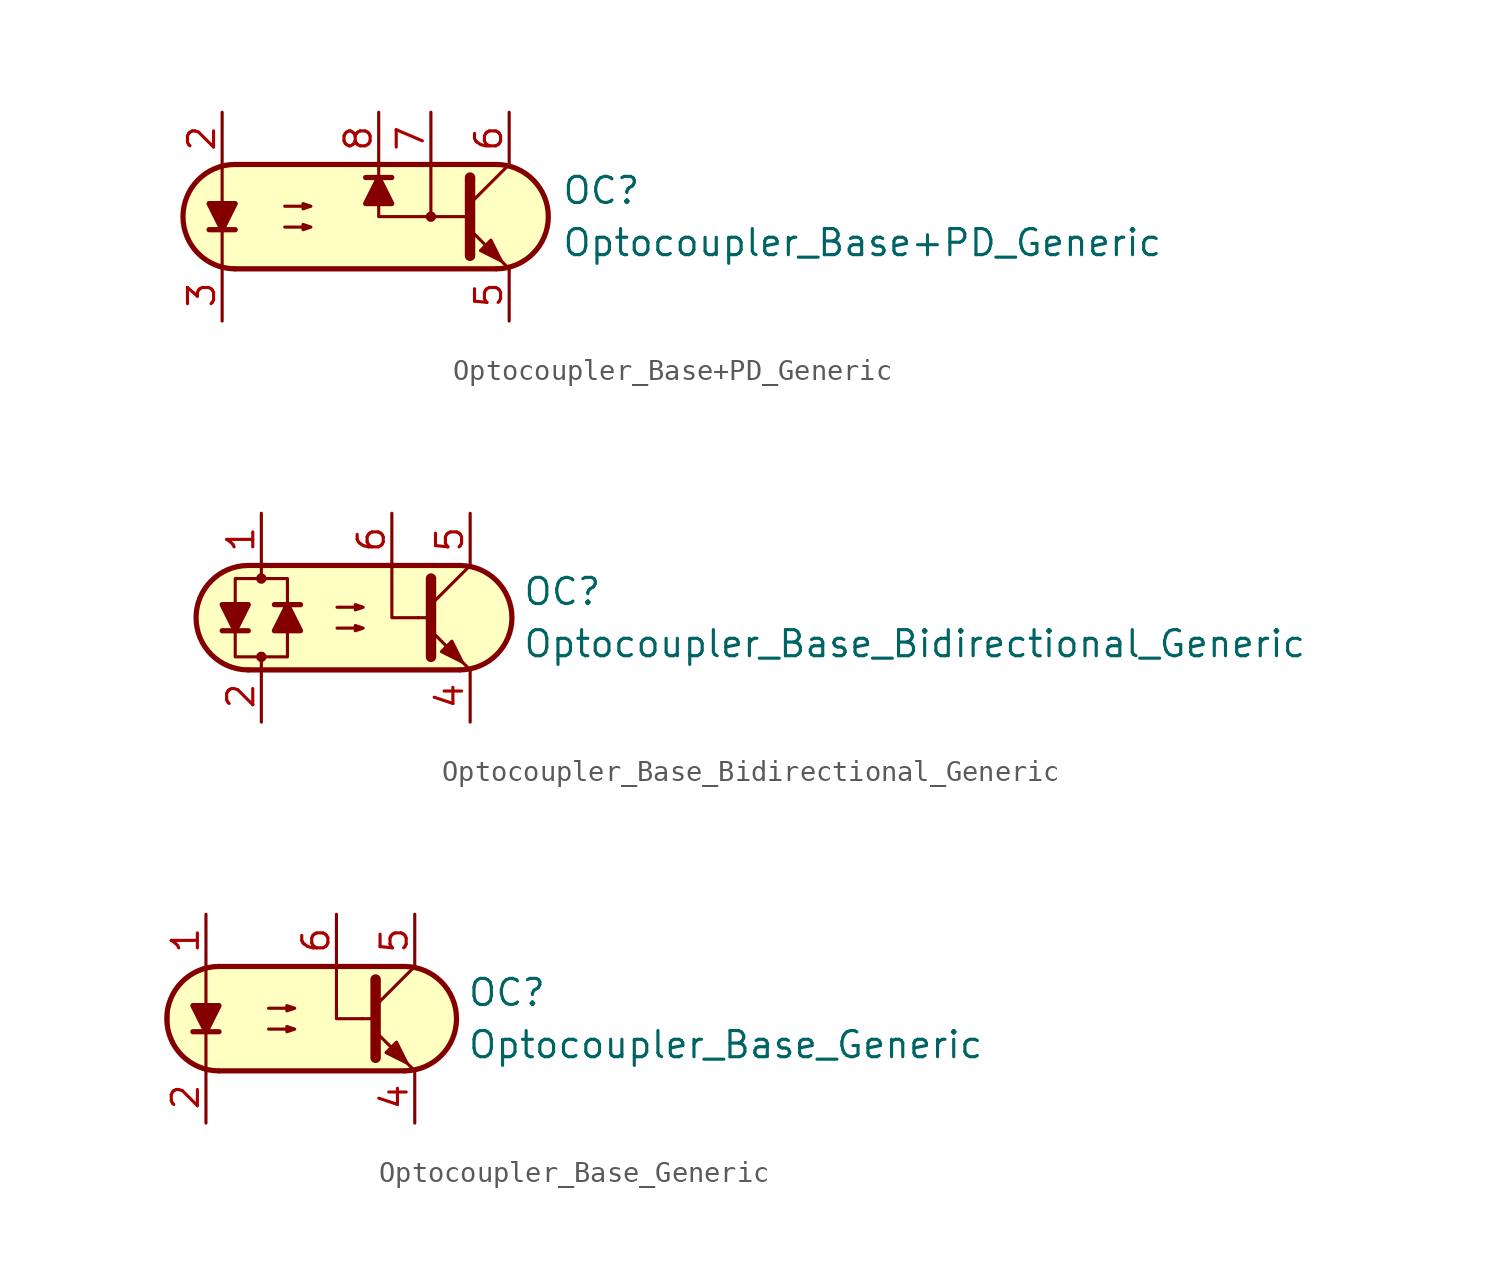
<source format=kicad_sym>
(kicad_symbol_lib
  (version 20211014)
  (generator kicad_symbol_editor)
  (symbol "Optocoupler_AKL:Optocoupler_Base+PD_Generic"
    (pin_names
      (offset 1.016))
    (property "Reference" "OC"
      (at 10.16 1.27 0)
      (effects (font (size 1.27 1.27)) (justify left)))
    (property "Value" "Optocoupler_Base+PD_Generic"
      (at 10.16 -1.27 0)
      (effects (font (size 1.27 1.27)) (justify left)))
    (symbol "Optocoupler_Base+PD_Generic_0_1"
      (arc (start -5.7375 2.54) (mid -8.2551 0) (end -5.7375 -2.54) (stroke (width 0.254) (type default) (color 0 0 0 0)) (fill (type none)))
      (polyline (pts (xy -6.985 -0.635) (xy -5.715 -0.635)) (stroke (width 0.254) (type default) (color 0 0 0 0)) (fill (type none)))
      (polyline (pts (xy -6.35 2.54) (xy -6.35 -2.54)) (stroke (width 0.152) (type default) (color 0 0 0 0)) (fill (type none)))
      (polyline (pts (xy -5.715 2.54) (xy 6.985 2.54)) (stroke (width 0.254) (type default) (color 0 0 0 0)) (fill (type none)))
      (polyline (pts (xy 3.81 2.54) (xy 3.81 0)) (stroke (width 0.152) (type default) (color 0 0 0 0)) (fill (type none)))
      (polyline (pts (xy 5.715 0.635) (xy 7.62 2.54)) (stroke (width 0) (type default) (color 0 0 0 0)) (fill (type none)))
      (polyline (pts (xy 6.985 -2.54) (xy -5.715 -2.54)) (stroke (width 0.254) (type default) (color 0 0 0 0)) (fill (type none)))
      (polyline (pts (xy 7.62 -2.54) (xy 5.715 -0.635)) (stroke (width 0) (type default) (color 0 0 0 0)) (fill (type outline)))
      (polyline (pts (xy 5.715 0) (xy 1.27 0) (xy 1.27 2.54)) (stroke (width 0.152) (type default) (color 0 0 0 0)) (fill (type none)))
      (polyline (pts (xy 5.715 1.905) (xy 5.715 -1.905) (xy 5.715 -1.905)) (stroke (width 0.508) (type default) (color 0 0 0 0)) (fill (type none)))
      (polyline (pts (xy -6.35 -0.635) (xy -6.985 0.635) (xy -5.715 0.635) (xy -6.35 -0.635)) (stroke (width 0.254) (type default) (color 0 0 0 0)) (fill (type outline)))
      (polyline (pts (xy -3.302 -0.508) (xy -2.032 -0.508) (xy -2.413 -0.635) (xy -2.413 -0.381) (xy -2.032 -0.508)) (stroke (width 0) (type default) (color 0 0 0 0)) (fill (type none)))
      (polyline (pts (xy -3.302 0.508) (xy -2.032 0.508) (xy -2.413 0.381) (xy -2.413 0.635) (xy -2.032 0.508)) (stroke (width 0) (type default) (color 0 0 0 0)) (fill (type none)))
      (polyline (pts (xy 6.223 -1.651) (xy 6.731 -1.143) (xy 7.239 -2.159) (xy 6.223 -1.651) (xy 6.223 -1.651)) (stroke (width 0) (type default) (color 0 0 0 0)) (fill (type outline)))
      (polyline (pts (xy -3.81 2.54) (xy 4.826 2.54) (xy 6.096 2.54) (xy 7.366 2.54) (xy 8.382 2.159) (xy 9.271 1.143) (xy 9.525 0.127) (xy 9.398 -0.762) (xy 9.017 -1.524) (xy 8.636 -1.905) (xy 8.128 -2.286) (xy 7.239 -2.54) (xy -6.223 -2.54) (xy -7.112 -2.159) (xy -7.874 -1.397) (xy -8.255 -0.508) (xy -8.255 0.508) (xy -7.747 1.524) (xy -7.112 2.159) (xy -6.223 2.54) (xy -5.334 2.54) (xy -4.826 2.54) (xy -3.81 2.54)) (stroke (width 0.01) (type default) (color 0 0 0 0)) (fill (type background)))
      (circle (center 3.81 0) (radius 0.178) (stroke (width 0)) (stroke (width 0) (type default) (color 0 0 0 0)) (fill (type outline)))
      (arc (start 7.0075 -2.54) (mid 9.5251 0) (end 7.0075 2.54) (stroke (width 0.254) (type default) (color 0 0 0 0)) (fill (type none))))
    (symbol "Optocoupler_Base+PD_Generic_1_1"
      (polyline (pts (xy 1.905 1.905) (xy 0.635 1.905)) (stroke (width 0.254) (type default) (color 0 0 0 0)) (fill (type none)))
      (polyline (pts (xy 1.27 1.905) (xy 1.905 0.635) (xy 0.635 0.635) (xy 1.27 1.905)) (stroke (width 0.254) (type default) (color 0 0 0 0)) (fill (type outline)))
      (pin passive line (at -6.35 5.08 270) (length 2.54) (name "~" (effects (font (size 1.27 1.27)))) (number "2" (effects (font (size 1.27 1.27)))))
      (pin passive line (at -6.35 -5.08 90) (length 2.54) (name "~" (effects (font (size 1.27 1.27)))) (number "3" (effects (font (size 1.27 1.27)))))
      (pin passive line (at 7.62 -5.08 90) (length 2.54) (name "~" (effects (font (size 1.27 1.27)))) (number "5" (effects (font (size 1.27 1.27)))))
      (pin passive line (at 7.62 5.08 270) (length 2.54) (name "~" (effects (font (size 1.27 1.27)))) (number "6" (effects (font (size 1.27 1.27)))))
      (pin passive line (at 3.81 5.08 270) (length 2.54) (name "~" (effects (font (size 1.27 1.27)))) (number "7" (effects (font (size 1.27 1.27)))))
      (pin passive line (at 1.27 5.08 270) (length 2.54) (name "~" (effects (font (size 1.27 1.27)))) (number "8" (effects (font (size 1.27 1.27)))))))
  (symbol "Optocoupler_AKL:Optocoupler_Base_Bidirectional_Generic"
    (pin_names
      (offset 1.016))
    (property "Reference" "OC"
      (at 7.62 1.27 0)
      (effects (font (size 1.27 1.27)) (justify left)))
    (property "Value" "Optocoupler_Base_Bidirectional_Generic"
      (at 7.62 -1.27 0)
      (effects (font (size 1.27 1.27)) (justify left)))
    (symbol "Optocoupler_Base_Bidirectional_Generic_0_1"
      (arc (start -5.7375 2.54) (mid -8.2551 0) (end -5.7375 -2.54) (stroke (width 0.254) (type default) (color 0 0 0 0)) (fill (type none)))
      (circle (center -5.08 -1.905) (radius 0.178) (stroke (width 0)) (stroke (width 0) (type default) (color 0 0 0 0)) (fill (type outline)))
      (circle (center -5.08 1.905) (radius 0.178) (stroke (width 0)) (stroke (width 0) (type default) (color 0 0 0 0)) (fill (type outline)))
      (polyline (pts (xy -6.985 -0.635) (xy -5.715 -0.635)) (stroke (width 0.254) (type default) (color 0 0 0 0)) (fill (type none)))
      (polyline (pts (xy -5.715 2.54) (xy 4.572 2.54)) (stroke (width 0.254) (type default) (color 0 0 0 0)) (fill (type none)))
      (polyline (pts (xy -5.08 1.905) (xy -5.08 2.54)) (stroke (width 0.152) (type default) (color 0 0 0 0)) (fill (type none)))
      (polyline (pts (xy 2.54 0) (xy 3.048 0)) (stroke (width 0.152) (type default) (color 0 0 0 0)) (fill (type none)))
      (polyline (pts (xy 3.175 0.635) (xy 5.08 2.54)) (stroke (width 0) (type default) (color 0 0 0 0)) (fill (type none)))
      (polyline (pts (xy 4.572 -2.54) (xy -5.715 -2.54)) (stroke (width 0.254) (type default) (color 0 0 0 0)) (fill (type none)))
      (polyline (pts (xy 5.08 -2.54) (xy 3.175 -0.635)) (stroke (width 0) (type default) (color 0 0 0 0)) (fill (type outline)))
      (polyline (pts (xy 2.54 0) (xy 1.27 0) (xy 1.27 2.54)) (stroke (width 0.152) (type default) (color 0 0 0 0)) (fill (type none)))
      (polyline (pts (xy 3.175 1.905) (xy 3.175 -1.905) (xy 3.175 -1.905)) (stroke (width 0.508) (type default) (color 0 0 0 0)) (fill (type none)))
      (polyline (pts (xy -6.35 -0.635) (xy -6.985 0.635) (xy -5.715 0.635) (xy -6.35 -0.635)) (stroke (width 0.254) (type default) (color 0 0 0 0)) (fill (type outline)))
      (polyline (pts (xy -1.397 -0.508) (xy -0.127 -0.508) (xy -0.508 -0.635) (xy -0.508 -0.381) (xy -0.127 -0.508)) (stroke (width 0) (type default) (color 0 0 0 0)) (fill (type none)))
      (polyline (pts (xy -1.397 0.508) (xy -0.127 0.508) (xy -0.508 0.381) (xy -0.508 0.635) (xy -0.127 0.508)) (stroke (width 0) (type default) (color 0 0 0 0)) (fill (type none)))
      (polyline (pts (xy 3.683 -1.651) (xy 4.191 -1.143) (xy 4.699 -2.159) (xy 3.683 -1.651) (xy 3.683 -1.651)) (stroke (width 0) (type default) (color 0 0 0 0)) (fill (type outline)))
      (polyline (pts (xy -5.08 -2.54) (xy -5.08 -1.905) (xy -6.35 -1.905) (xy -6.35 1.905) (xy -3.81 1.905) (xy -3.81 -1.905) (xy -5.08 -1.905)) (stroke (width 0.152) (type default) (color 0 0 0 0)) (fill (type none)))
      (polyline (pts (xy -3.81 2.54) (xy 4.826 2.54) (xy 5.334 2.413) (xy 5.969 2.159) (xy 6.604 1.524) (xy 6.985 0.762) (xy 7.112 0) (xy 6.985 -0.889) (xy 6.477 -1.651) (xy 5.969 -2.159) (xy 5.334 -2.413) (xy 4.699 -2.54) (xy -6.223 -2.54) (xy -7.112 -2.159) (xy -7.874 -1.397) (xy -8.255 -0.508) (xy -8.255 0.508) (xy -7.747 1.524) (xy -7.112 2.159) (xy -6.223 2.54) (xy -5.334 2.54) (xy -4.826 2.54) (xy -3.81 2.54)) (stroke (width 0.01) (type default) (color 0 0 0 0)) (fill (type background)))
      (arc (start 4.5945 -2.54) (mid 7.1121 0) (end 4.5945 2.54) (stroke (width 0.254) (type default) (color 0 0 0 0)) (fill (type none))))
    (symbol "Optocoupler_Base_Bidirectional_Generic_1_1"
      (polyline (pts (xy -3.175 0.635) (xy -4.445 0.635)) (stroke (width 0.254) (type default) (color 0 0 0 0)) (fill (type none)))
      (polyline (pts (xy -3.81 0.635) (xy -3.175 -0.635) (xy -4.445 -0.635) (xy -3.81 0.635)) (stroke (width 0.254) (type default) (color 0 0 0 0)) (fill (type outline)))
      (pin passive line (at -5.08 5.08 270) (length 2.54) (name "~" (effects (font (size 1.27 1.27)))) (number "1" (effects (font (size 1.27 1.27)))))
      (pin passive line (at -5.08 -5.08 90) (length 2.54) (name "~" (effects (font (size 1.27 1.27)))) (number "2" (effects (font (size 1.27 1.27)))))
      (pin passive line (at 5.08 -5.08 90) (length 2.54) (name "~" (effects (font (size 1.27 1.27)))) (number "4" (effects (font (size 1.27 1.27)))))
      (pin passive line (at 5.08 5.08 270) (length 2.54) (name "~" (effects (font (size 1.27 1.27)))) (number "5" (effects (font (size 1.27 1.27)))))
      (pin passive line (at 1.27 5.08 270) (length 2.54) (name "~" (effects (font (size 1.27 1.27)))) (number "6" (effects (font (size 1.27 1.27)))))))
  (symbol "Optocoupler_AKL:Optocoupler_Base_Generic"
    (pin_names
      (offset 1.016))
    (property "Reference" "OC"
      (at 8.89 1.27 0)
      (effects (font (size 1.27 1.27)) (justify left)))
    (property "Value" "Optocoupler_Base_Generic"
      (at 8.89 -1.27 0)
      (effects (font (size 1.27 1.27)) (justify left)))
    (symbol "Optocoupler_Base_Generic_0_1"
      (arc (start -3.1975 2.54) (mid -5.7151 0) (end -3.1975 -2.54) (stroke (width 0.254) (type default) (color 0 0 0 0)) (fill (type none)))
      (polyline (pts (xy -4.445 -0.635) (xy -3.175 -0.635)) (stroke (width 0.254) (type default) (color 0 0 0 0)) (fill (type none)))
      (polyline (pts (xy -3.175 2.54) (xy 5.842 2.54)) (stroke (width 0.254) (type default) (color 0 0 0 0)) (fill (type none)))
      (polyline (pts (xy 3.81 0) (xy 4.318 0)) (stroke (width 0.152) (type default) (color 0 0 0 0)) (fill (type none)))
      (polyline (pts (xy 4.445 0.635) (xy 6.35 2.54)) (stroke (width 0) (type default) (color 0 0 0 0)) (fill (type none)))
      (polyline (pts (xy 5.842 -2.54) (xy -3.175 -2.54)) (stroke (width 0.254) (type default) (color 0 0 0 0)) (fill (type none)))
      (polyline (pts (xy 6.35 -2.54) (xy 4.445 -0.635)) (stroke (width 0) (type default) (color 0 0 0 0)) (fill (type outline)))
      (polyline (pts (xy -3.81 -2.54) (xy -3.81 -1.27) (xy -3.81 2.54)) (stroke (width 0.152) (type default) (color 0 0 0 0)) (fill (type none)))
      (polyline (pts (xy 3.81 0) (xy 2.54 0) (xy 2.54 2.54)) (stroke (width 0.152) (type default) (color 0 0 0 0)) (fill (type none)))
      (polyline (pts (xy 4.445 1.905) (xy 4.445 -1.905) (xy 4.445 -1.905)) (stroke (width 0.508) (type default) (color 0 0 0 0)) (fill (type none)))
      (polyline (pts (xy -3.81 -0.635) (xy -4.445 0.635) (xy -3.175 0.635) (xy -3.81 -0.635)) (stroke (width 0.254) (type default) (color 0 0 0 0)) (fill (type outline)))
      (polyline (pts (xy -0.762 -0.508) (xy 0.508 -0.508) (xy 0.127 -0.635) (xy 0.127 -0.381) (xy 0.508 -0.508)) (stroke (width 0) (type default) (color 0 0 0 0)) (fill (type none)))
      (polyline (pts (xy -0.762 0.508) (xy 0.508 0.508) (xy 0.127 0.381) (xy 0.127 0.635) (xy 0.508 0.508)) (stroke (width 0) (type default) (color 0 0 0 0)) (fill (type none)))
      (polyline (pts (xy 4.953 -1.651) (xy 5.461 -1.143) (xy 5.969 -2.159) (xy 4.953 -1.651) (xy 4.953 -1.651)) (stroke (width 0) (type default) (color 0 0 0 0)) (fill (type outline)))
      (polyline (pts (xy -2.54 2.54) (xy 6.096 2.54) (xy 6.604 2.413) (xy 7.239 2.159) (xy 7.874 1.524) (xy 8.255 0.762) (xy 8.382 0) (xy 8.255 -0.889) (xy 7.747 -1.651) (xy 7.239 -2.159) (xy 6.604 -2.413) (xy 5.969 -2.54) (xy -3.81 -2.54) (xy -3.81 -2.54) (xy -4.572 -2.032) (xy -5.08 -1.778) (xy -5.588 -0.508) (xy -5.588 0.254) (xy -5.588 1.016) (xy -5.08 1.778) (xy -4.318 2.286) (xy -3.556 2.54) (xy -2.54 2.54)) (stroke (width 0.01) (type default) (color 0 0 0 0)) (fill (type background)))
      (arc (start 5.8645 -2.54) (mid 8.3821 0) (end 5.8645 2.54) (stroke (width 0.254) (type default) (color 0 0 0 0)) (fill (type none))))
    (symbol "Optocoupler_Base_Generic_1_1"
      (pin passive line (at -3.81 5.08 270) (length 2.54) (name "~" (effects (font (size 1.27 1.27)))) (number "1" (effects (font (size 1.27 1.27)))))
      (pin passive line (at -3.81 -5.08 90) (length 2.54) (name "~" (effects (font (size 1.27 1.27)))) (number "2" (effects (font (size 1.27 1.27)))))
      (pin passive line (at 6.35 -5.08 90) (length 2.54) (name "~" (effects (font (size 1.27 1.27)))) (number "4" (effects (font (size 1.27 1.27)))))
      (pin passive line (at 6.35 5.08 270) (length 2.54) (name "~" (effects (font (size 1.27 1.27)))) (number "5" (effects (font (size 1.27 1.27)))))
      (pin passive line (at 2.54 5.08 270) (length 2.54) (name "~" (effects (font (size 1.27 1.27)))) (number "6" (effects (font (size 1.27 1.27))))))))
</source>
